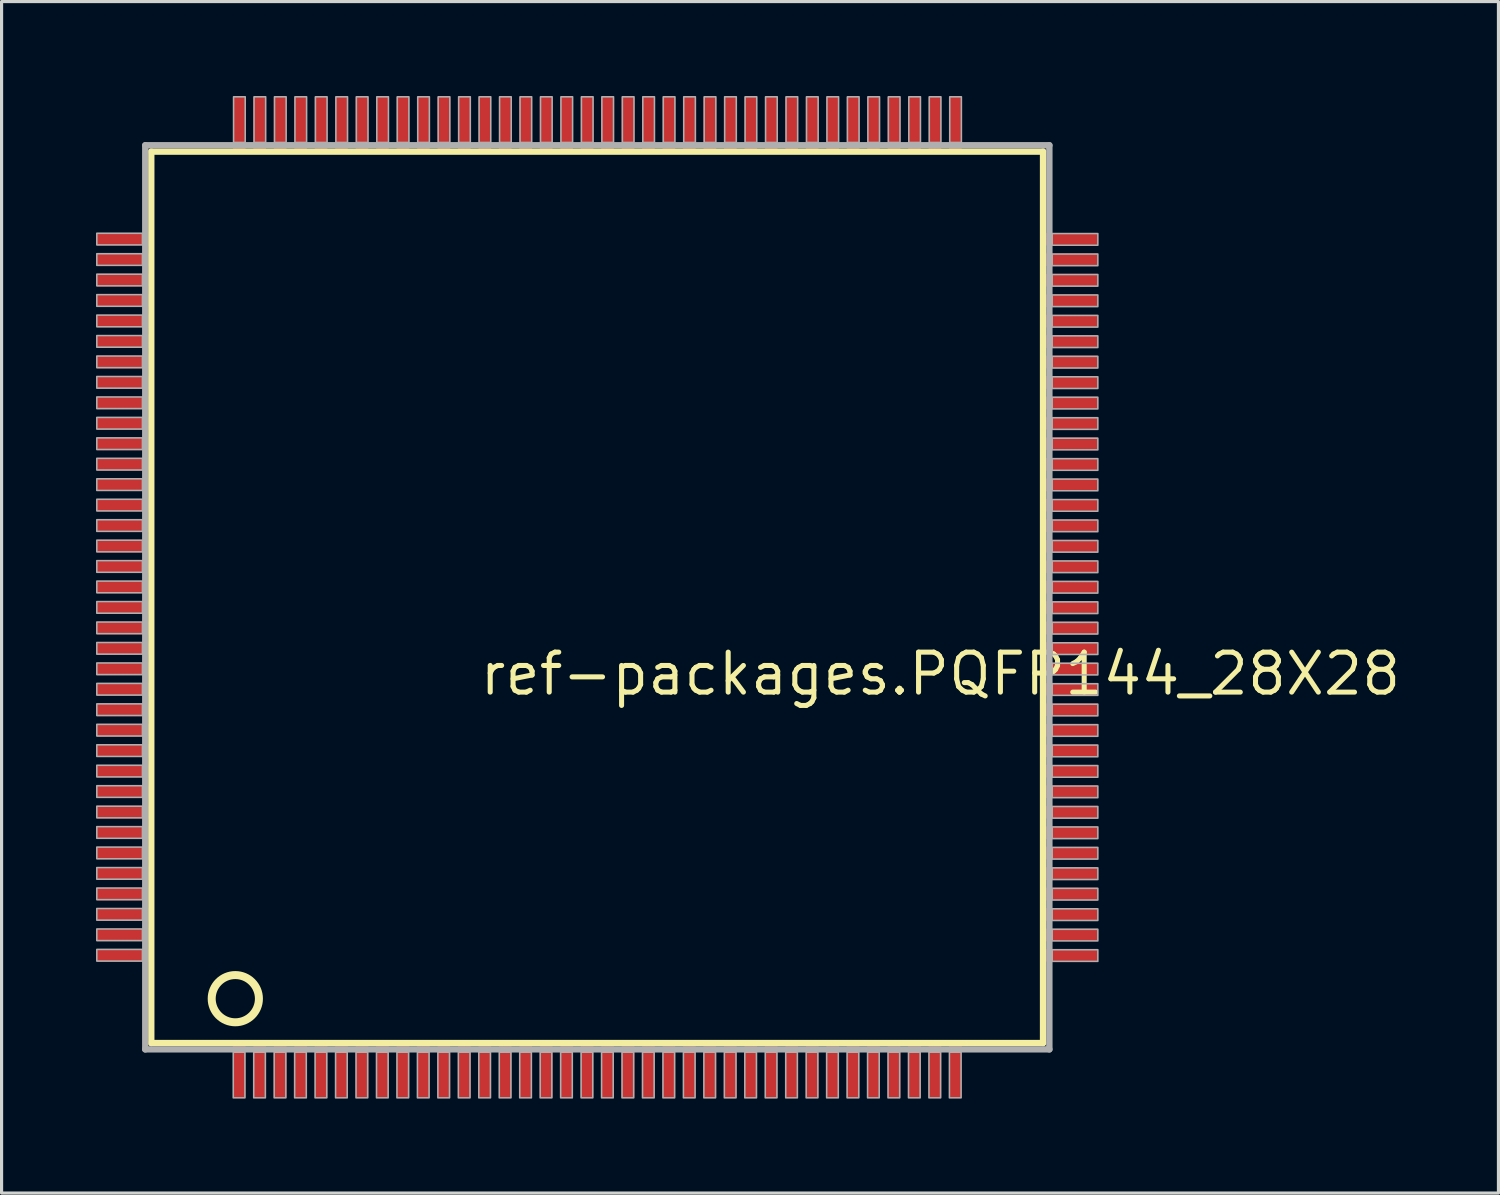
<source format=kicad_pcb>
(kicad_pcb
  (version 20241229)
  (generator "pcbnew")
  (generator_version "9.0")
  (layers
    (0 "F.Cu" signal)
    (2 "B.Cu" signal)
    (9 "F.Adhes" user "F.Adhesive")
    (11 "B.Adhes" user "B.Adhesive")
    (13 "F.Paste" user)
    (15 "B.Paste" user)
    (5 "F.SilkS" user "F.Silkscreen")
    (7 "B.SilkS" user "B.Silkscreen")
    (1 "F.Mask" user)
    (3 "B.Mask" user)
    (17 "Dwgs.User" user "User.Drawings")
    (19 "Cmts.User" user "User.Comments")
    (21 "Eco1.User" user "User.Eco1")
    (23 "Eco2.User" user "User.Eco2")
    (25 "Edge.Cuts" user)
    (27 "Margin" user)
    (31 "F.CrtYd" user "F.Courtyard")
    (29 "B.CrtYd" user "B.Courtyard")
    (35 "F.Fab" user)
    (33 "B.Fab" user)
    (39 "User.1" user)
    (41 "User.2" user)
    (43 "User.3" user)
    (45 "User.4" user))
  (footprint "ref-packages.PQFP144_28X28"
    (layer "F.Cu")
    (at 15.925 15.925)
    (property "Reference" "ref-packages.PQFP144_28X28" (at -3.81 3.175 0) (layer "F.SilkS") (effects (font (size 1.27 1.27) (thickness 0.16)) (justify left bottom)))
    (attr smd)
    (fp_line (start -14.17 -14.16) (end 14.16 -14.16) (stroke (width 0.203) (type default)) (layer "F.SilkS"))
    (fp_line (start -14.17 14.16) (end -14.17 -14.16) (stroke (width 0.203) (type default)) (layer "F.SilkS"))
    (fp_line (start 14.16 -14.16) (end 14.16 14.16) (stroke (width 0.203) (type default)) (layer "F.SilkS"))
    (fp_line (start 14.16 14.16) (end -14.17 14.16) (stroke (width 0.203) (type default)) (layer "F.SilkS"))
    (fp_circle (center -11.5 12.75) (end -10.75 12.75) (stroke (width 0.254) (type default)) (fill no) (layer "F.SilkS"))
    (fp_line (start -14.36 -14.36) (end -14.36 14.36) (stroke (width 0.203) (type default)) (layer "F.Fab"))
    (fp_line (start -14.36 14.36) (end 14.36 14.36) (stroke (width 0.203) (type default)) (layer "F.Fab"))
    (fp_line (start 14.36 -14.36) (end -14.36 -14.36) (stroke (width 0.203) (type default)) (layer "F.Fab"))
    (fp_line (start 14.36 14.36) (end 14.36 -14.36) (stroke (width 0.203) (type default)) (layer "F.Fab"))
    (fp_rect (start -15.9 -11.195) (end -14.45 -11.565) (stroke (width 0.05) (type default)) (fill no) (layer "F.Fab"))
    (fp_rect (start -15.9 -10.545) (end -14.45 -10.915) (stroke (width 0.05) (type default)) (fill no) (layer "F.Fab"))
    (fp_rect (start -15.9 -9.895) (end -14.45 -10.265) (stroke (width 0.05) (type default)) (fill no) (layer "F.Fab"))
    (fp_rect (start -15.9 -9.245) (end -14.45 -9.615) (stroke (width 0.05) (type default)) (fill no) (layer "F.Fab"))
    (fp_rect (start -15.9 -8.595) (end -14.45 -8.965) (stroke (width 0.05) (type default)) (fill no) (layer "F.Fab"))
    (fp_rect (start -15.9 -7.945) (end -14.45 -8.315) (stroke (width 0.05) (type default)) (fill no) (layer "F.Fab"))
    (fp_rect (start -15.9 -7.295) (end -14.45 -7.665) (stroke (width 0.05) (type default)) (fill no) (layer "F.Fab"))
    (fp_rect (start -15.9 -6.645) (end -14.45 -7.015) (stroke (width 0.05) (type default)) (fill no) (layer "F.Fab"))
    (fp_rect (start -15.9 -5.995) (end -14.45 -6.365) (stroke (width 0.05) (type default)) (fill no) (layer "F.Fab"))
    (fp_rect (start -15.9 -5.345) (end -14.45 -5.715) (stroke (width 0.05) (type default)) (fill no) (layer "F.Fab"))
    (fp_rect (start -15.9 -4.695) (end -14.45 -5.065) (stroke (width 0.05) (type default)) (fill no) (layer "F.Fab"))
    (fp_rect (start -15.9 -4.045) (end -14.45 -4.415) (stroke (width 0.05) (type default)) (fill no) (layer "F.Fab"))
    (fp_rect (start -15.9 -3.395) (end -14.45 -3.765) (stroke (width 0.05) (type default)) (fill no) (layer "F.Fab"))
    (fp_rect (start -15.9 -2.745) (end -14.45 -3.115) (stroke (width 0.05) (type default)) (fill no) (layer "F.Fab"))
    (fp_rect (start -15.9 -2.095) (end -14.45 -2.465) (stroke (width 0.05) (type default)) (fill no) (layer "F.Fab"))
    (fp_rect (start -15.9 -1.445) (end -14.45 -1.815) (stroke (width 0.05) (type default)) (fill no) (layer "F.Fab"))
    (fp_rect (start -15.9 -0.795) (end -14.45 -1.165) (stroke (width 0.05) (type default)) (fill no) (layer "F.Fab"))
    (fp_rect (start -15.9 -0.145) (end -14.45 -0.515) (stroke (width 0.05) (type default)) (fill no) (layer "F.Fab"))
    (fp_rect (start -15.9 0.505) (end -14.45 0.135) (stroke (width 0.05) (type default)) (fill no) (layer "F.Fab"))
    (fp_rect (start -15.9 1.155) (end -14.45 0.785) (stroke (width 0.05) (type default)) (fill no) (layer "F.Fab"))
    (fp_rect (start -15.9 1.805) (end -14.45 1.435) (stroke (width 0.05) (type default)) (fill no) (layer "F.Fab"))
    (fp_rect (start -15.9 2.455) (end -14.45 2.085) (stroke (width 0.05) (type default)) (fill no) (layer "F.Fab"))
    (fp_rect (start -15.9 3.105) (end -14.45 2.735) (stroke (width 0.05) (type default)) (fill no) (layer "F.Fab"))
    (fp_rect (start -15.9 3.755) (end -14.45 3.385) (stroke (width 0.05) (type default)) (fill no) (layer "F.Fab"))
    (fp_rect (start -15.9 4.405) (end -14.45 4.035) (stroke (width 0.05) (type default)) (fill no) (layer "F.Fab"))
    (fp_rect (start -15.9 5.055) (end -14.45 4.685) (stroke (width 0.05) (type default)) (fill no) (layer "F.Fab"))
    (fp_rect (start -15.9 5.705) (end -14.45 5.335) (stroke (width 0.05) (type default)) (fill no) (layer "F.Fab"))
    (fp_rect (start -15.9 6.355) (end -14.45 5.985) (stroke (width 0.05) (type default)) (fill no) (layer "F.Fab"))
    (fp_rect (start -15.9 7.005) (end -14.45 6.635) (stroke (width 0.05) (type default)) (fill no) (layer "F.Fab"))
    (fp_rect (start -15.9 7.655) (end -14.45 7.285) (stroke (width 0.05) (type default)) (fill no) (layer "F.Fab"))
    (fp_rect (start -15.9 8.305) (end -14.45 7.935) (stroke (width 0.05) (type default)) (fill no) (layer "F.Fab"))
    (fp_rect (start -15.9 8.955) (end -14.45 8.585) (stroke (width 0.05) (type default)) (fill no) (layer "F.Fab"))
    (fp_rect (start -15.9 9.605) (end -14.45 9.235) (stroke (width 0.05) (type default)) (fill no) (layer "F.Fab"))
    (fp_rect (start -15.9 10.255) (end -14.45 9.885) (stroke (width 0.05) (type default)) (fill no) (layer "F.Fab"))
    (fp_rect (start -15.9 10.905) (end -14.45 10.535) (stroke (width 0.05) (type default)) (fill no) (layer "F.Fab"))
    (fp_rect (start -15.9 11.555) (end -14.45 11.185) (stroke (width 0.05) (type default)) (fill no) (layer "F.Fab"))
    (fp_rect (start -11.565 15.9) (end -11.195 14.45) (stroke (width 0.05) (type default)) (fill no) (layer "F.Fab"))
    (fp_rect (start -11.555 -14.45) (end -11.185 -15.9) (stroke (width 0.05) (type default)) (fill no) (layer "F.Fab"))
    (fp_rect (start -10.915 15.9) (end -10.545 14.45) (stroke (width 0.05) (type default)) (fill no) (layer "F.Fab"))
    (fp_rect (start -10.905 -14.45) (end -10.535 -15.9) (stroke (width 0.05) (type default)) (fill no) (layer "F.Fab"))
    (fp_rect (start -10.265 15.9) (end -9.895 14.45) (stroke (width 0.05) (type default)) (fill no) (layer "F.Fab"))
    (fp_rect (start -10.255 -14.45) (end -9.885 -15.9) (stroke (width 0.05) (type default)) (fill no) (layer "F.Fab"))
    (fp_rect (start -9.615 15.9) (end -9.245 14.45) (stroke (width 0.05) (type default)) (fill no) (layer "F.Fab"))
    (fp_rect (start -9.605 -14.45) (end -9.235 -15.9) (stroke (width 0.05) (type default)) (fill no) (layer "F.Fab"))
    (fp_rect (start -8.965 15.9) (end -8.595 14.45) (stroke (width 0.05) (type default)) (fill no) (layer "F.Fab"))
    (fp_rect (start -8.955 -14.45) (end -8.585 -15.9) (stroke (width 0.05) (type default)) (fill no) (layer "F.Fab"))
    (fp_rect (start -8.315 15.9) (end -7.945 14.45) (stroke (width 0.05) (type default)) (fill no) (layer "F.Fab"))
    (fp_rect (start -8.305 -14.45) (end -7.935 -15.9) (stroke (width 0.05) (type default)) (fill no) (layer "F.Fab"))
    (fp_rect (start -7.665 15.9) (end -7.295 14.45) (stroke (width 0.05) (type default)) (fill no) (layer "F.Fab"))
    (fp_rect (start -7.655 -14.45) (end -7.285 -15.9) (stroke (width 0.05) (type default)) (fill no) (layer "F.Fab"))
    (fp_rect (start -7.015 15.9) (end -6.645 14.45) (stroke (width 0.05) (type default)) (fill no) (layer "F.Fab"))
    (fp_rect (start -7.005 -14.45) (end -6.635 -15.9) (stroke (width 0.05) (type default)) (fill no) (layer "F.Fab"))
    (fp_rect (start -6.365 15.9) (end -5.995 14.45) (stroke (width 0.05) (type default)) (fill no) (layer "F.Fab"))
    (fp_rect (start -6.355 -14.45) (end -5.985 -15.9) (stroke (width 0.05) (type default)) (fill no) (layer "F.Fab"))
    (fp_rect (start -5.715 15.9) (end -5.345 14.45) (stroke (width 0.05) (type default)) (fill no) (layer "F.Fab"))
    (fp_rect (start -5.705 -14.45) (end -5.335 -15.9) (stroke (width 0.05) (type default)) (fill no) (layer "F.Fab"))
    (fp_rect (start -5.065 15.9) (end -4.695 14.45) (stroke (width 0.05) (type default)) (fill no) (layer "F.Fab"))
    (fp_rect (start -5.055 -14.45) (end -4.685 -15.9) (stroke (width 0.05) (type default)) (fill no) (layer "F.Fab"))
    (fp_rect (start -4.415 15.9) (end -4.045 14.45) (stroke (width 0.05) (type default)) (fill no) (layer "F.Fab"))
    (fp_rect (start -4.405 -14.45) (end -4.035 -15.9) (stroke (width 0.05) (type default)) (fill no) (layer "F.Fab"))
    (fp_rect (start -3.765 15.9) (end -3.395 14.45) (stroke (width 0.05) (type default)) (fill no) (layer "F.Fab"))
    (fp_rect (start -3.755 -14.45) (end -3.385 -15.9) (stroke (width 0.05) (type default)) (fill no) (layer "F.Fab"))
    (fp_rect (start -3.115 15.9) (end -2.745 14.45) (stroke (width 0.05) (type default)) (fill no) (layer "F.Fab"))
    (fp_rect (start -3.105 -14.45) (end -2.735 -15.9) (stroke (width 0.05) (type default)) (fill no) (layer "F.Fab"))
    (fp_rect (start -2.465 15.9) (end -2.095 14.45) (stroke (width 0.05) (type default)) (fill no) (layer "F.Fab"))
    (fp_rect (start -2.455 -14.45) (end -2.085 -15.9) (stroke (width 0.05) (type default)) (fill no) (layer "F.Fab"))
    (fp_rect (start -1.815 15.9) (end -1.445 14.45) (stroke (width 0.05) (type default)) (fill no) (layer "F.Fab"))
    (fp_rect (start -1.805 -14.45) (end -1.435 -15.9) (stroke (width 0.05) (type default)) (fill no) (layer "F.Fab"))
    (fp_rect (start -1.165 15.9) (end -0.795 14.45) (stroke (width 0.05) (type default)) (fill no) (layer "F.Fab"))
    (fp_rect (start -1.155 -14.45) (end -0.785 -15.9) (stroke (width 0.05) (type default)) (fill no) (layer "F.Fab"))
    (fp_rect (start -0.515 15.9) (end -0.145 14.45) (stroke (width 0.05) (type default)) (fill no) (layer "F.Fab"))
    (fp_rect (start -0.505 -14.45) (end -0.135 -15.9) (stroke (width 0.05) (type default)) (fill no) (layer "F.Fab"))
    (fp_rect (start 0.135 15.9) (end 0.505 14.45) (stroke (width 0.05) (type default)) (fill no) (layer "F.Fab"))
    (fp_rect (start 0.145 -14.45) (end 0.515 -15.9) (stroke (width 0.05) (type default)) (fill no) (layer "F.Fab"))
    (fp_rect (start 0.785 15.9) (end 1.155 14.45) (stroke (width 0.05) (type default)) (fill no) (layer "F.Fab"))
    (fp_rect (start 0.795 -14.45) (end 1.165 -15.9) (stroke (width 0.05) (type default)) (fill no) (layer "F.Fab"))
    (fp_rect (start 1.435 15.9) (end 1.805 14.45) (stroke (width 0.05) (type default)) (fill no) (layer "F.Fab"))
    (fp_rect (start 1.445 -14.45) (end 1.815 -15.9) (stroke (width 0.05) (type default)) (fill no) (layer "F.Fab"))
    (fp_rect (start 2.085 15.9) (end 2.455 14.45) (stroke (width 0.05) (type default)) (fill no) (layer "F.Fab"))
    (fp_rect (start 2.095 -14.45) (end 2.465 -15.9) (stroke (width 0.05) (type default)) (fill no) (layer "F.Fab"))
    (fp_rect (start 2.735 15.9) (end 3.105 14.45) (stroke (width 0.05) (type default)) (fill no) (layer "F.Fab"))
    (fp_rect (start 2.745 -14.45) (end 3.115 -15.9) (stroke (width 0.05) (type default)) (fill no) (layer "F.Fab"))
    (fp_rect (start 3.385 15.9) (end 3.755 14.45) (stroke (width 0.05) (type default)) (fill no) (layer "F.Fab"))
    (fp_rect (start 3.395 -14.45) (end 3.765 -15.9) (stroke (width 0.05) (type default)) (fill no) (layer "F.Fab"))
    (fp_rect (start 4.035 15.9) (end 4.405 14.45) (stroke (width 0.05) (type default)) (fill no) (layer "F.Fab"))
    (fp_rect (start 4.045 -14.45) (end 4.415 -15.9) (stroke (width 0.05) (type default)) (fill no) (layer "F.Fab"))
    (fp_rect (start 4.685 15.9) (end 5.055 14.45) (stroke (width 0.05) (type default)) (fill no) (layer "F.Fab"))
    (fp_rect (start 4.695 -14.45) (end 5.065 -15.9) (stroke (width 0.05) (type default)) (fill no) (layer "F.Fab"))
    (fp_rect (start 5.335 15.9) (end 5.705 14.45) (stroke (width 0.05) (type default)) (fill no) (layer "F.Fab"))
    (fp_rect (start 5.345 -14.45) (end 5.715 -15.9) (stroke (width 0.05) (type default)) (fill no) (layer "F.Fab"))
    (fp_rect (start 5.985 15.9) (end 6.355 14.45) (stroke (width 0.05) (type default)) (fill no) (layer "F.Fab"))
    (fp_rect (start 5.995 -14.45) (end 6.365 -15.9) (stroke (width 0.05) (type default)) (fill no) (layer "F.Fab"))
    (fp_rect (start 6.635 15.9) (end 7.005 14.45) (stroke (width 0.05) (type default)) (fill no) (layer "F.Fab"))
    (fp_rect (start 6.645 -14.45) (end 7.015 -15.9) (stroke (width 0.05) (type default)) (fill no) (layer "F.Fab"))
    (fp_rect (start 7.285 15.9) (end 7.655 14.45) (stroke (width 0.05) (type default)) (fill no) (layer "F.Fab"))
    (fp_rect (start 7.295 -14.45) (end 7.665 -15.9) (stroke (width 0.05) (type default)) (fill no) (layer "F.Fab"))
    (fp_rect (start 7.935 15.9) (end 8.305 14.45) (stroke (width 0.05) (type default)) (fill no) (layer "F.Fab"))
    (fp_rect (start 7.945 -14.45) (end 8.315 -15.9) (stroke (width 0.05) (type default)) (fill no) (layer "F.Fab"))
    (fp_rect (start 8.585 15.9) (end 8.955 14.45) (stroke (width 0.05) (type default)) (fill no) (layer "F.Fab"))
    (fp_rect (start 8.595 -14.45) (end 8.965 -15.9) (stroke (width 0.05) (type default)) (fill no) (layer "F.Fab"))
    (fp_rect (start 9.235 15.9) (end 9.605 14.45) (stroke (width 0.05) (type default)) (fill no) (layer "F.Fab"))
    (fp_rect (start 9.245 -14.45) (end 9.615 -15.9) (stroke (width 0.05) (type default)) (fill no) (layer "F.Fab"))
    (fp_rect (start 9.885 15.9) (end 10.255 14.45) (stroke (width 0.05) (type default)) (fill no) (layer "F.Fab"))
    (fp_rect (start 9.895 -14.45) (end 10.265 -15.9) (stroke (width 0.05) (type default)) (fill no) (layer "F.Fab"))
    (fp_rect (start 10.535 15.9) (end 10.905 14.45) (stroke (width 0.05) (type default)) (fill no) (layer "F.Fab"))
    (fp_rect (start 10.545 -14.45) (end 10.915 -15.9) (stroke (width 0.05) (type default)) (fill no) (layer "F.Fab"))
    (fp_rect (start 11.185 15.9) (end 11.555 14.45) (stroke (width 0.05) (type default)) (fill no) (layer "F.Fab"))
    (fp_rect (start 11.195 -14.45) (end 11.565 -15.9) (stroke (width 0.05) (type default)) (fill no) (layer "F.Fab"))
    (fp_rect (start 14.45 -11.185) (end 15.9 -11.555) (stroke (width 0.05) (type default)) (fill no) (layer "F.Fab"))
    (fp_rect (start 14.45 -10.535) (end 15.9 -10.905) (stroke (width 0.05) (type default)) (fill no) (layer "F.Fab"))
    (fp_rect (start 14.45 -9.885) (end 15.9 -10.255) (stroke (width 0.05) (type default)) (fill no) (layer "F.Fab"))
    (fp_rect (start 14.45 -9.235) (end 15.9 -9.605) (stroke (width 0.05) (type default)) (fill no) (layer "F.Fab"))
    (fp_rect (start 14.45 -8.585) (end 15.9 -8.955) (stroke (width 0.05) (type default)) (fill no) (layer "F.Fab"))
    (fp_rect (start 14.45 -7.935) (end 15.9 -8.305) (stroke (width 0.05) (type default)) (fill no) (layer "F.Fab"))
    (fp_rect (start 14.45 -7.285) (end 15.9 -7.655) (stroke (width 0.05) (type default)) (fill no) (layer "F.Fab"))
    (fp_rect (start 14.45 -6.635) (end 15.9 -7.005) (stroke (width 0.05) (type default)) (fill no) (layer "F.Fab"))
    (fp_rect (start 14.45 -5.985) (end 15.9 -6.355) (stroke (width 0.05) (type default)) (fill no) (layer "F.Fab"))
    (fp_rect (start 14.45 -5.335) (end 15.9 -5.705) (stroke (width 0.05) (type default)) (fill no) (layer "F.Fab"))
    (fp_rect (start 14.45 -4.685) (end 15.9 -5.055) (stroke (width 0.05) (type default)) (fill no) (layer "F.Fab"))
    (fp_rect (start 14.45 -4.035) (end 15.9 -4.405) (stroke (width 0.05) (type default)) (fill no) (layer "F.Fab"))
    (fp_rect (start 14.45 -3.385) (end 15.9 -3.755) (stroke (width 0.05) (type default)) (fill no) (layer "F.Fab"))
    (fp_rect (start 14.45 -2.735) (end 15.9 -3.105) (stroke (width 0.05) (type default)) (fill no) (layer "F.Fab"))
    (fp_rect (start 14.45 -2.085) (end 15.9 -2.455) (stroke (width 0.05) (type default)) (fill no) (layer "F.Fab"))
    (fp_rect (start 14.45 -1.435) (end 15.9 -1.805) (stroke (width 0.05) (type default)) (fill no) (layer "F.Fab"))
    (fp_rect (start 14.45 -0.785) (end 15.9 -1.155) (stroke (width 0.05) (type default)) (fill no) (layer "F.Fab"))
    (fp_rect (start 14.45 -0.135) (end 15.9 -0.505) (stroke (width 0.05) (type default)) (fill no) (layer "F.Fab"))
    (fp_rect (start 14.45 0.515) (end 15.9 0.145) (stroke (width 0.05) (type default)) (fill no) (layer "F.Fab"))
    (fp_rect (start 14.45 1.165) (end 15.9 0.795) (stroke (width 0.05) (type default)) (fill no) (layer "F.Fab"))
    (fp_rect (start 14.45 1.815) (end 15.9 1.445) (stroke (width 0.05) (type default)) (fill no) (layer "F.Fab"))
    (fp_rect (start 14.45 2.465) (end 15.9 2.095) (stroke (width 0.05) (type default)) (fill no) (layer "F.Fab"))
    (fp_rect (start 14.45 3.115) (end 15.9 2.745) (stroke (width 0.05) (type default)) (fill no) (layer "F.Fab"))
    (fp_rect (start 14.45 3.765) (end 15.9 3.395) (stroke (width 0.05) (type default)) (fill no) (layer "F.Fab"))
    (fp_rect (start 14.45 4.415) (end 15.9 4.045) (stroke (width 0.05) (type default)) (fill no) (layer "F.Fab"))
    (fp_rect (start 14.45 5.065) (end 15.9 4.695) (stroke (width 0.05) (type default)) (fill no) (layer "F.Fab"))
    (fp_rect (start 14.45 5.715) (end 15.9 5.345) (stroke (width 0.05) (type default)) (fill no) (layer "F.Fab"))
    (fp_rect (start 14.45 6.365) (end 15.9 5.995) (stroke (width 0.05) (type default)) (fill no) (layer "F.Fab"))
    (fp_rect (start 14.45 7.015) (end 15.9 6.645) (stroke (width 0.05) (type default)) (fill no) (layer "F.Fab"))
    (fp_rect (start 14.45 7.665) (end 15.9 7.295) (stroke (width 0.05) (type default)) (fill no) (layer "F.Fab"))
    (fp_rect (start 14.45 8.315) (end 15.9 7.945) (stroke (width 0.05) (type default)) (fill no) (layer "F.Fab"))
    (fp_rect (start 14.45 8.965) (end 15.9 8.595) (stroke (width 0.05) (type default)) (fill no) (layer "F.Fab"))
    (fp_rect (start 14.45 9.615) (end 15.9 9.245) (stroke (width 0.05) (type default)) (fill no) (layer "F.Fab"))
    (fp_rect (start 14.45 10.265) (end 15.9 9.895) (stroke (width 0.05) (type default)) (fill no) (layer "F.Fab"))
    (fp_rect (start 14.45 10.915) (end 15.9 10.545) (stroke (width 0.05) (type default)) (fill no) (layer "F.Fab"))
    (fp_rect (start 14.45 11.565) (end 15.9 11.195) (stroke (width 0.05) (type default)) (fill no) (layer "F.Fab"))
    (pad "1" smd roundrect (at -11.375 15) (size 0.4 1.8) (layers "F.Cu" "F.Mask" "F.Paste") (roundrect_rratio 0.01))
    (pad "2" smd roundrect (at -10.725 15) (size 0.4 1.8) (layers "F.Cu" "F.Mask" "F.Paste") (roundrect_rratio 0.01))
    (pad "3" smd roundrect (at -10.075 15) (size 0.4 1.8) (layers "F.Cu" "F.Mask" "F.Paste") (roundrect_rratio 0.01))
    (pad "4" smd roundrect (at -9.425 15) (size 0.4 1.8) (layers "F.Cu" "F.Mask" "F.Paste") (roundrect_rratio 0.01))
    (pad "5" smd roundrect (at -8.775 15) (size 0.4 1.8) (layers "F.Cu" "F.Mask" "F.Paste") (roundrect_rratio 0.01))
    (pad "6" smd roundrect (at -8.125 15) (size 0.4 1.8) (layers "F.Cu" "F.Mask" "F.Paste") (roundrect_rratio 0.01))
    (pad "7" smd roundrect (at -7.475 15) (size 0.4 1.8) (layers "F.Cu" "F.Mask" "F.Paste") (roundrect_rratio 0.01))
    (pad "8" smd roundrect (at -6.825 15) (size 0.4 1.8) (layers "F.Cu" "F.Mask" "F.Paste") (roundrect_rratio 0.01))
    (pad "9" smd roundrect (at -6.175 15) (size 0.4 1.8) (layers "F.Cu" "F.Mask" "F.Paste") (roundrect_rratio 0.01))
    (pad "10" smd roundrect (at -5.525 15) (size 0.4 1.8) (layers "F.Cu" "F.Mask" "F.Paste") (roundrect_rratio 0.01))
    (pad "11" smd roundrect (at -4.875 15) (size 0.4 1.8) (layers "F.Cu" "F.Mask" "F.Paste") (roundrect_rratio 0.01))
    (pad "12" smd roundrect (at -4.225 15) (size 0.4 1.8) (layers "F.Cu" "F.Mask" "F.Paste") (roundrect_rratio 0.01))
    (pad "13" smd roundrect (at -3.575 15) (size 0.4 1.8) (layers "F.Cu" "F.Mask" "F.Paste") (roundrect_rratio 0.01))
    (pad "14" smd roundrect (at -2.925 15) (size 0.4 1.8) (layers "F.Cu" "F.Mask" "F.Paste") (roundrect_rratio 0.01))
    (pad "15" smd roundrect (at -2.275 15) (size 0.4 1.8) (layers "F.Cu" "F.Mask" "F.Paste") (roundrect_rratio 0.01))
    (pad "16" smd roundrect (at -1.625 15) (size 0.4 1.8) (layers "F.Cu" "F.Mask" "F.Paste") (roundrect_rratio 0.01))
    (pad "17" smd roundrect (at -0.975 15) (size 0.4 1.8) (layers "F.Cu" "F.Mask" "F.Paste") (roundrect_rratio 0.01))
    (pad "18" smd roundrect (at -0.325 15) (size 0.4 1.8) (layers "F.Cu" "F.Mask" "F.Paste") (roundrect_rratio 0.01))
    (pad "19" smd roundrect (at 0.325 15) (size 0.4 1.8) (layers "F.Cu" "F.Mask" "F.Paste") (roundrect_rratio 0.01))
    (pad "20" smd roundrect (at 0.975 15) (size 0.4 1.8) (layers "F.Cu" "F.Mask" "F.Paste") (roundrect_rratio 0.01))
    (pad "21" smd roundrect (at 1.625 15) (size 0.4 1.8) (layers "F.Cu" "F.Mask" "F.Paste") (roundrect_rratio 0.01))
    (pad "22" smd roundrect (at 2.275 15) (size 0.4 1.8) (layers "F.Cu" "F.Mask" "F.Paste") (roundrect_rratio 0.01))
    (pad "23" smd roundrect (at 2.925 15) (size 0.4 1.8) (layers "F.Cu" "F.Mask" "F.Paste") (roundrect_rratio 0.01))
    (pad "24" smd roundrect (at 3.575 15) (size 0.4 1.8) (layers "F.Cu" "F.Mask" "F.Paste") (roundrect_rratio 0.01))
    (pad "25" smd roundrect (at 4.225 15) (size 0.4 1.8) (layers "F.Cu" "F.Mask" "F.Paste") (roundrect_rratio 0.01))
    (pad "26" smd roundrect (at 4.875 15) (size 0.4 1.8) (layers "F.Cu" "F.Mask" "F.Paste") (roundrect_rratio 0.01))
    (pad "27" smd roundrect (at 5.525 15) (size 0.4 1.8) (layers "F.Cu" "F.Mask" "F.Paste") (roundrect_rratio 0.01))
    (pad "28" smd roundrect (at 6.175 15) (size 0.4 1.8) (layers "F.Cu" "F.Mask" "F.Paste") (roundrect_rratio 0.01))
    (pad "29" smd roundrect (at 6.825 15) (size 0.4 1.8) (layers "F.Cu" "F.Mask" "F.Paste") (roundrect_rratio 0.01))
    (pad "30" smd roundrect (at 7.475 15) (size 0.4 1.8) (layers "F.Cu" "F.Mask" "F.Paste") (roundrect_rratio 0.01))
    (pad "31" smd roundrect (at 8.125 15) (size 0.4 1.8) (layers "F.Cu" "F.Mask" "F.Paste") (roundrect_rratio 0.01))
    (pad "32" smd roundrect (at 8.775 15) (size 0.4 1.8) (layers "F.Cu" "F.Mask" "F.Paste") (roundrect_rratio 0.01))
    (pad "33" smd roundrect (at 9.425 15) (size 0.4 1.8) (layers "F.Cu" "F.Mask" "F.Paste") (roundrect_rratio 0.01))
    (pad "34" smd roundrect (at 10.075 15) (size 0.4 1.8) (layers "F.Cu" "F.Mask" "F.Paste") (roundrect_rratio 0.01))
    (pad "35" smd roundrect (at 10.725 15) (size 0.4 1.8) (layers "F.Cu" "F.Mask" "F.Paste") (roundrect_rratio 0.01))
    (pad "36" smd roundrect (at 11.375 15) (size 0.4 1.8) (layers "F.Cu" "F.Mask" "F.Paste") (roundrect_rratio 0.01))
    (pad "37" smd roundrect (at 15 11.375) (size 1.8 0.4) (layers "F.Cu" "F.Mask" "F.Paste") (roundrect_rratio 0.01))
    (pad "38" smd roundrect (at 15 10.725) (size 1.8 0.4) (layers "F.Cu" "F.Mask" "F.Paste") (roundrect_rratio 0.01))
    (pad "39" smd roundrect (at 15 10.075) (size 1.8 0.4) (layers "F.Cu" "F.Mask" "F.Paste") (roundrect_rratio 0.01))
    (pad "40" smd roundrect (at 15 9.425) (size 1.8 0.4) (layers "F.Cu" "F.Mask" "F.Paste") (roundrect_rratio 0.01))
    (pad "41" smd roundrect (at 15 8.775) (size 1.8 0.4) (layers "F.Cu" "F.Mask" "F.Paste") (roundrect_rratio 0.01))
    (pad "42" smd roundrect (at 15 8.125) (size 1.8 0.4) (layers "F.Cu" "F.Mask" "F.Paste") (roundrect_rratio 0.01))
    (pad "43" smd roundrect (at 15 7.475) (size 1.8 0.4) (layers "F.Cu" "F.Mask" "F.Paste") (roundrect_rratio 0.01))
    (pad "44" smd roundrect (at 15 6.825) (size 1.8 0.4) (layers "F.Cu" "F.Mask" "F.Paste") (roundrect_rratio 0.01))
    (pad "45" smd roundrect (at 15 6.175) (size 1.8 0.4) (layers "F.Cu" "F.Mask" "F.Paste") (roundrect_rratio 0.01))
    (pad "46" smd roundrect (at 15 5.525) (size 1.8 0.4) (layers "F.Cu" "F.Mask" "F.Paste") (roundrect_rratio 0.01))
    (pad "47" smd roundrect (at 15 4.875) (size 1.8 0.4) (layers "F.Cu" "F.Mask" "F.Paste") (roundrect_rratio 0.01))
    (pad "48" smd roundrect (at 15 4.225) (size 1.8 0.4) (layers "F.Cu" "F.Mask" "F.Paste") (roundrect_rratio 0.01))
    (pad "49" smd roundrect (at 15 3.575) (size 1.8 0.4) (layers "F.Cu" "F.Mask" "F.Paste") (roundrect_rratio 0.01))
    (pad "50" smd roundrect (at 15 2.925) (size 1.8 0.4) (layers "F.Cu" "F.Mask" "F.Paste") (roundrect_rratio 0.01))
    (pad "51" smd roundrect (at 15 2.275) (size 1.8 0.4) (layers "F.Cu" "F.Mask" "F.Paste") (roundrect_rratio 0.01))
    (pad "52" smd roundrect (at 15 1.625) (size 1.8 0.4) (layers "F.Cu" "F.Mask" "F.Paste") (roundrect_rratio 0.01))
    (pad "53" smd roundrect (at 15 0.975) (size 1.8 0.4) (layers "F.Cu" "F.Mask" "F.Paste") (roundrect_rratio 0.01))
    (pad "54" smd roundrect (at 15 0.325) (size 1.8 0.4) (layers "F.Cu" "F.Mask" "F.Paste") (roundrect_rratio 0.01))
    (pad "55" smd roundrect (at 15 -0.325) (size 1.8 0.4) (layers "F.Cu" "F.Mask" "F.Paste") (roundrect_rratio 0.01))
    (pad "56" smd roundrect (at 15 -0.975) (size 1.8 0.4) (layers "F.Cu" "F.Mask" "F.Paste") (roundrect_rratio 0.01))
    (pad "57" smd roundrect (at 15 -1.625) (size 1.8 0.4) (layers "F.Cu" "F.Mask" "F.Paste") (roundrect_rratio 0.01))
    (pad "58" smd roundrect (at 15 -2.275) (size 1.8 0.4) (layers "F.Cu" "F.Mask" "F.Paste") (roundrect_rratio 0.01))
    (pad "59" smd roundrect (at 15 -2.925) (size 1.8 0.4) (layers "F.Cu" "F.Mask" "F.Paste") (roundrect_rratio 0.01))
    (pad "60" smd roundrect (at 15 -3.575) (size 1.8 0.4) (layers "F.Cu" "F.Mask" "F.Paste") (roundrect_rratio 0.01))
    (pad "61" smd roundrect (at 15 -4.225) (size 1.8 0.4) (layers "F.Cu" "F.Mask" "F.Paste") (roundrect_rratio 0.01))
    (pad "62" smd roundrect (at 15 -4.875) (size 1.8 0.4) (layers "F.Cu" "F.Mask" "F.Paste") (roundrect_rratio 0.01))
    (pad "63" smd roundrect (at 15 -5.525) (size 1.8 0.4) (layers "F.Cu" "F.Mask" "F.Paste") (roundrect_rratio 0.01))
    (pad "64" smd roundrect (at 15 -6.175) (size 1.8 0.4) (layers "F.Cu" "F.Mask" "F.Paste") (roundrect_rratio 0.01))
    (pad "65" smd roundrect (at 15 -6.825) (size 1.8 0.4) (layers "F.Cu" "F.Mask" "F.Paste") (roundrect_rratio 0.01))
    (pad "66" smd roundrect (at 15 -7.475) (size 1.8 0.4) (layers "F.Cu" "F.Mask" "F.Paste") (roundrect_rratio 0.01))
    (pad "67" smd roundrect (at 15 -8.125) (size 1.8 0.4) (layers "F.Cu" "F.Mask" "F.Paste") (roundrect_rratio 0.01))
    (pad "68" smd roundrect (at 15 -8.775) (size 1.8 0.4) (layers "F.Cu" "F.Mask" "F.Paste") (roundrect_rratio 0.01))
    (pad "69" smd roundrect (at 15 -9.425) (size 1.8 0.4) (layers "F.Cu" "F.Mask" "F.Paste") (roundrect_rratio 0.01))
    (pad "70" smd roundrect (at 15 -10.075) (size 1.8 0.4) (layers "F.Cu" "F.Mask" "F.Paste") (roundrect_rratio 0.01))
    (pad "71" smd roundrect (at 15 -10.725) (size 1.8 0.4) (layers "F.Cu" "F.Mask" "F.Paste") (roundrect_rratio 0.01))
    (pad "72" smd roundrect (at 15 -11.375) (size 1.8 0.4) (layers "F.Cu" "F.Mask" "F.Paste") (roundrect_rratio 0.01))
    (pad "73" smd roundrect (at 11.375 -15) (size 0.4 1.8) (layers "F.Cu" "F.Mask" "F.Paste") (roundrect_rratio 0.01))
    (pad "74" smd roundrect (at 10.725 -15) (size 0.4 1.8) (layers "F.Cu" "F.Mask" "F.Paste") (roundrect_rratio 0.01))
    (pad "75" smd roundrect (at 10.075 -15) (size 0.4 1.8) (layers "F.Cu" "F.Mask" "F.Paste") (roundrect_rratio 0.01))
    (pad "76" smd roundrect (at 9.425 -15) (size 0.4 1.8) (layers "F.Cu" "F.Mask" "F.Paste") (roundrect_rratio 0.01))
    (pad "77" smd roundrect (at 8.775 -15) (size 0.4 1.8) (layers "F.Cu" "F.Mask" "F.Paste") (roundrect_rratio 0.01))
    (pad "78" smd roundrect (at 8.125 -15) (size 0.4 1.8) (layers "F.Cu" "F.Mask" "F.Paste") (roundrect_rratio 0.01))
    (pad "79" smd roundrect (at 7.475 -15) (size 0.4 1.8) (layers "F.Cu" "F.Mask" "F.Paste") (roundrect_rratio 0.01))
    (pad "80" smd roundrect (at 6.825 -15) (size 0.4 1.8) (layers "F.Cu" "F.Mask" "F.Paste") (roundrect_rratio 0.01))
    (pad "81" smd roundrect (at 6.175 -15) (size 0.4 1.8) (layers "F.Cu" "F.Mask" "F.Paste") (roundrect_rratio 0.01))
    (pad "82" smd roundrect (at 5.525 -15) (size 0.4 1.8) (layers "F.Cu" "F.Mask" "F.Paste") (roundrect_rratio 0.01))
    (pad "83" smd roundrect (at 4.875 -15) (size 0.4 1.8) (layers "F.Cu" "F.Mask" "F.Paste") (roundrect_rratio 0.01))
    (pad "84" smd roundrect (at 4.225 -15) (size 0.4 1.8) (layers "F.Cu" "F.Mask" "F.Paste") (roundrect_rratio 0.01))
    (pad "85" smd roundrect (at 3.575 -15) (size 0.4 1.8) (layers "F.Cu" "F.Mask" "F.Paste") (roundrect_rratio 0.01))
    (pad "86" smd roundrect (at 2.925 -15) (size 0.4 1.8) (layers "F.Cu" "F.Mask" "F.Paste") (roundrect_rratio 0.01))
    (pad "87" smd roundrect (at 2.275 -15) (size 0.4 1.8) (layers "F.Cu" "F.Mask" "F.Paste") (roundrect_rratio 0.01))
    (pad "88" smd roundrect (at 1.625 -15) (size 0.4 1.8) (layers "F.Cu" "F.Mask" "F.Paste") (roundrect_rratio 0.01))
    (pad "89" smd roundrect (at 0.975 -15) (size 0.4 1.8) (layers "F.Cu" "F.Mask" "F.Paste") (roundrect_rratio 0.01))
    (pad "90" smd roundrect (at 0.325 -15) (size 0.4 1.8) (layers "F.Cu" "F.Mask" "F.Paste") (roundrect_rratio 0.01))
    (pad "91" smd roundrect (at -0.325 -15) (size 0.4 1.8) (layers "F.Cu" "F.Mask" "F.Paste") (roundrect_rratio 0.01))
    (pad "92" smd roundrect (at -0.975 -15) (size 0.4 1.8) (layers "F.Cu" "F.Mask" "F.Paste") (roundrect_rratio 0.01))
    (pad "93" smd roundrect (at -1.625 -15) (size 0.4 1.8) (layers "F.Cu" "F.Mask" "F.Paste") (roundrect_rratio 0.01))
    (pad "94" smd roundrect (at -2.275 -15) (size 0.4 1.8) (layers "F.Cu" "F.Mask" "F.Paste") (roundrect_rratio 0.01))
    (pad "95" smd roundrect (at -2.925 -15) (size 0.4 1.8) (layers "F.Cu" "F.Mask" "F.Paste") (roundrect_rratio 0.01))
    (pad "96" smd roundrect (at -3.575 -15) (size 0.4 1.8) (layers "F.Cu" "F.Mask" "F.Paste") (roundrect_rratio 0.01))
    (pad "97" smd roundrect (at -4.225 -15) (size 0.4 1.8) (layers "F.Cu" "F.Mask" "F.Paste") (roundrect_rratio 0.01))
    (pad "98" smd roundrect (at -4.875 -15) (size 0.4 1.8) (layers "F.Cu" "F.Mask" "F.Paste") (roundrect_rratio 0.01))
    (pad "99" smd roundrect (at -5.525 -15) (size 0.4 1.8) (layers "F.Cu" "F.Mask" "F.Paste") (roundrect_rratio 0.01))
    (pad "100" smd roundrect (at -6.175 -15) (size 0.4 1.8) (layers "F.Cu" "F.Mask" "F.Paste") (roundrect_rratio 0.01))
    (pad "101" smd roundrect (at -6.825 -15) (size 0.4 1.8) (layers "F.Cu" "F.Mask" "F.Paste") (roundrect_rratio 0.01))
    (pad "102" smd roundrect (at -7.475 -15) (size 0.4 1.8) (layers "F.Cu" "F.Mask" "F.Paste") (roundrect_rratio 0.01))
    (pad "103" smd roundrect (at -8.125 -15) (size 0.4 1.8) (layers "F.Cu" "F.Mask" "F.Paste") (roundrect_rratio 0.01))
    (pad "104" smd roundrect (at -8.775 -15) (size 0.4 1.8) (layers "F.Cu" "F.Mask" "F.Paste") (roundrect_rratio 0.01))
    (pad "105" smd roundrect (at -9.425 -15) (size 0.4 1.8) (layers "F.Cu" "F.Mask" "F.Paste") (roundrect_rratio 0.01))
    (pad "106" smd roundrect (at -10.075 -15) (size 0.4 1.8) (layers "F.Cu" "F.Mask" "F.Paste") (roundrect_rratio 0.01))
    (pad "107" smd roundrect (at -10.725 -15) (size 0.4 1.8) (layers "F.Cu" "F.Mask" "F.Paste") (roundrect_rratio 0.01))
    (pad "108" smd roundrect (at -11.375 -15) (size 0.4 1.8) (layers "F.Cu" "F.Mask" "F.Paste") (roundrect_rratio 0.01))
    (pad "109" smd roundrect (at -15 -11.375) (size 1.8 0.4) (layers "F.Cu" "F.Mask" "F.Paste") (roundrect_rratio 0.01))
    (pad "110" smd roundrect (at -15 -10.725) (size 1.8 0.4) (layers "F.Cu" "F.Mask" "F.Paste") (roundrect_rratio 0.01))
    (pad "111" smd roundrect (at -15 -10.075) (size 1.8 0.4) (layers "F.Cu" "F.Mask" "F.Paste") (roundrect_rratio 0.01))
    (pad "112" smd roundrect (at -15 -9.425) (size 1.8 0.4) (layers "F.Cu" "F.Mask" "F.Paste") (roundrect_rratio 0.01))
    (pad "113" smd roundrect (at -15 -8.775) (size 1.8 0.4) (layers "F.Cu" "F.Mask" "F.Paste") (roundrect_rratio 0.01))
    (pad "114" smd roundrect (at -15 -8.125) (size 1.8 0.4) (layers "F.Cu" "F.Mask" "F.Paste") (roundrect_rratio 0.01))
    (pad "115" smd roundrect (at -15 -7.475) (size 1.8 0.4) (layers "F.Cu" "F.Mask" "F.Paste") (roundrect_rratio 0.01))
    (pad "116" smd roundrect (at -15 -6.825) (size 1.8 0.4) (layers "F.Cu" "F.Mask" "F.Paste") (roundrect_rratio 0.01))
    (pad "117" smd roundrect (at -15 -6.175) (size 1.8 0.4) (layers "F.Cu" "F.Mask" "F.Paste") (roundrect_rratio 0.01))
    (pad "118" smd roundrect (at -15 -5.525) (size 1.8 0.4) (layers "F.Cu" "F.Mask" "F.Paste") (roundrect_rratio 0.01))
    (pad "119" smd roundrect (at -15 -4.875) (size 1.8 0.4) (layers "F.Cu" "F.Mask" "F.Paste") (roundrect_rratio 0.01))
    (pad "120" smd roundrect (at -15 -4.225) (size 1.8 0.4) (layers "F.Cu" "F.Mask" "F.Paste") (roundrect_rratio 0.01))
    (pad "121" smd roundrect (at -15 -3.575) (size 1.8 0.4) (layers "F.Cu" "F.Mask" "F.Paste") (roundrect_rratio 0.01))
    (pad "122" smd roundrect (at -15 -2.925) (size 1.8 0.4) (layers "F.Cu" "F.Mask" "F.Paste") (roundrect_rratio 0.01))
    (pad "123" smd roundrect (at -15 -2.275) (size 1.8 0.4) (layers "F.Cu" "F.Mask" "F.Paste") (roundrect_rratio 0.01))
    (pad "124" smd roundrect (at -15 -1.625) (size 1.8 0.4) (layers "F.Cu" "F.Mask" "F.Paste") (roundrect_rratio 0.01))
    (pad "125" smd roundrect (at -15 -0.975) (size 1.8 0.4) (layers "F.Cu" "F.Mask" "F.Paste") (roundrect_rratio 0.01))
    (pad "126" smd roundrect (at -15 -0.325) (size 1.8 0.4) (layers "F.Cu" "F.Mask" "F.Paste") (roundrect_rratio 0.01))
    (pad "127" smd roundrect (at -15 0.325) (size 1.8 0.4) (layers "F.Cu" "F.Mask" "F.Paste") (roundrect_rratio 0.01))
    (pad "128" smd roundrect (at -15 0.975) (size 1.8 0.4) (layers "F.Cu" "F.Mask" "F.Paste") (roundrect_rratio 0.01))
    (pad "129" smd roundrect (at -15 1.625) (size 1.8 0.4) (layers "F.Cu" "F.Mask" "F.Paste") (roundrect_rratio 0.01))
    (pad "130" smd roundrect (at -15 2.275) (size 1.8 0.4) (layers "F.Cu" "F.Mask" "F.Paste") (roundrect_rratio 0.01))
    (pad "131" smd roundrect (at -15 2.925) (size 1.8 0.4) (layers "F.Cu" "F.Mask" "F.Paste") (roundrect_rratio 0.01))
    (pad "132" smd roundrect (at -15 3.575) (size 1.8 0.4) (layers "F.Cu" "F.Mask" "F.Paste") (roundrect_rratio 0.01))
    (pad "133" smd roundrect (at -15 4.225) (size 1.8 0.4) (layers "F.Cu" "F.Mask" "F.Paste") (roundrect_rratio 0.01))
    (pad "134" smd roundrect (at -15 4.875) (size 1.8 0.4) (layers "F.Cu" "F.Mask" "F.Paste") (roundrect_rratio 0.01))
    (pad "135" smd roundrect (at -15 5.525) (size 1.8 0.4) (layers "F.Cu" "F.Mask" "F.Paste") (roundrect_rratio 0.01))
    (pad "136" smd roundrect (at -15 6.175) (size 1.8 0.4) (layers "F.Cu" "F.Mask" "F.Paste") (roundrect_rratio 0.01))
    (pad "137" smd roundrect (at -15 6.825) (size 1.8 0.4) (layers "F.Cu" "F.Mask" "F.Paste") (roundrect_rratio 0.01))
    (pad "138" smd roundrect (at -15 7.475) (size 1.8 0.4) (layers "F.Cu" "F.Mask" "F.Paste") (roundrect_rratio 0.01))
    (pad "139" smd roundrect (at -15 8.125) (size 1.8 0.4) (layers "F.Cu" "F.Mask" "F.Paste") (roundrect_rratio 0.01))
    (pad "140" smd roundrect (at -15 8.775) (size 1.8 0.4) (layers "F.Cu" "F.Mask" "F.Paste") (roundrect_rratio 0.01))
    (pad "141" smd roundrect (at -15 9.425) (size 1.8 0.4) (layers "F.Cu" "F.Mask" "F.Paste") (roundrect_rratio 0.01))
    (pad "142" smd roundrect (at -15 10.075) (size 1.8 0.4) (layers "F.Cu" "F.Mask" "F.Paste") (roundrect_rratio 0.01))
    (pad "143" smd roundrect (at -15 10.725) (size 1.8 0.4) (layers "F.Cu" "F.Mask" "F.Paste") (roundrect_rratio 0.01))
    (pad "144" smd roundrect (at -15 11.375) (size 1.8 0.4) (layers "F.Cu" "F.Mask" "F.Paste") (roundrect_rratio 0.01)))
  (gr_rect
    (start -3 -3)
    (end 44.551 34.85)
    (stroke (width 0.1) (type default))
    (fill no)
    (layer "Edge.Cuts")))
</source>
